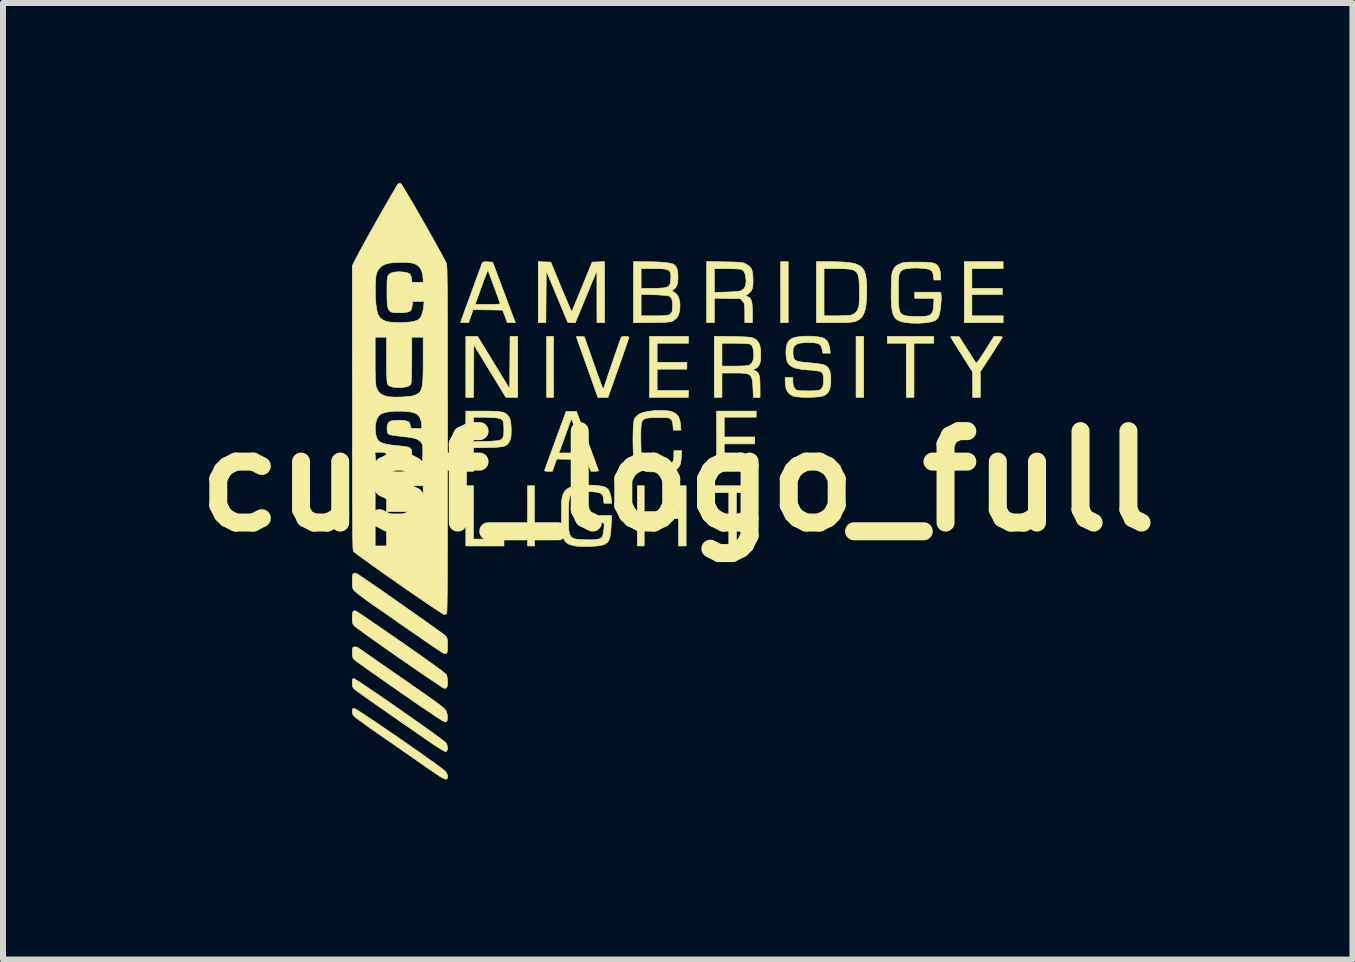
<source format=kicad_pcb>
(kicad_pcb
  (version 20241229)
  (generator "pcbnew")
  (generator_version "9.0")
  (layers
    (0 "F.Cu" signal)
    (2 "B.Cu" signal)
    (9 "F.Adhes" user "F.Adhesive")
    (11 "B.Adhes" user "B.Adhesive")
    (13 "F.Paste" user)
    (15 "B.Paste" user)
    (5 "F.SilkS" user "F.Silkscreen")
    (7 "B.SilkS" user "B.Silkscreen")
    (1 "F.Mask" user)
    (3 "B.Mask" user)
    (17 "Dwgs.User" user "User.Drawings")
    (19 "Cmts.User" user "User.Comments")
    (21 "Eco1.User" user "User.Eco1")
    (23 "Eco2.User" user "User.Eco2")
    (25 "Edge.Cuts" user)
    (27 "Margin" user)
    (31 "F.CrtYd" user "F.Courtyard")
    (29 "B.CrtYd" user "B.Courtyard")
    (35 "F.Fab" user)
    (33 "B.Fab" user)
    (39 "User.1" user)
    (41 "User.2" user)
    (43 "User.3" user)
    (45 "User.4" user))
  (footprint "cusf_logo_full"
    (layer "F.Cu")
    (at 8.244 4.969)
    (property "Reference" "cusf_logo_full" (at 0 0 0) (layer "F.SilkS") (effects (font (size 1.524 1.524) (thickness 0.3))))
    (attr through_hole)
    (fp_poly (pts (xy -2.388 1.079) (xy -2.502 1.079) (xy -2.502 0.076) (xy -2.388 0.076) (xy -2.388 1.079)) (stroke (width 0.01) (type solid)) (fill yes) (layer "F.SilkS"))
    (fp_poly (pts (xy -2.07 -1.397) (xy -2.184 -1.397) (xy -2.184 -2.413) (xy -2.07 -2.413) (xy -2.07 -1.397)) (stroke (width 0.01) (type solid)) (fill yes) (layer "F.SilkS"))
    (fp_poly (pts (xy 1.841 -2.642) (xy 1.714 -2.642) (xy 1.714 -3.658) (xy 1.841 -3.658) (xy 1.841 -2.642)) (stroke (width 0.01) (type solid)) (fill yes) (layer "F.SilkS"))
    (fp_poly (pts (xy 3.099 -1.397) (xy 2.972 -1.397) (xy 2.972 -2.413) (xy 3.099 -2.413) (xy 3.099 -1.397)) (stroke (width 0.01) (type solid)) (fill yes) (layer "F.SilkS"))
    (fp_poly (pts (xy -3.404 0.965) (xy -2.896 0.965) (xy -2.896 1.079) (xy -3.531 1.079) (xy -3.531 0.076) (xy -3.404 0.076) (xy -3.404 0.965)) (stroke (width 0.01) (type solid)) (fill yes) (layer "F.SilkS"))
    (fp_poly (pts (xy 1.295 0.191) (xy 0.978 0.191) (xy 0.978 1.079) (xy 0.851 1.079) (xy 0.851 0.191) (xy 0.533 0.191) (xy 0.533 0.076) (xy 1.295 0.076) (xy 1.295 0.191)) (stroke (width 0.01) (type solid)) (fill yes) (layer "F.SilkS"))
    (fp_poly (pts (xy 4.267 -2.299) (xy 3.937 -2.299) (xy 3.937 -1.397) (xy 3.81 -1.397) (xy 3.81 -2.299) (xy 3.493 -2.299) (xy 3.493 -2.413) (xy 4.267 -2.413) (xy 4.267 -2.299)) (stroke (width 0.01) (type solid)) (fill yes) (layer "F.SilkS"))
    (fp_poly (pts (xy -2.667 -1.397) (xy -2.864 -1.398) (xy -3.397 -2.271) (xy -3.404 -1.397) (xy -3.531 -1.397) (xy -3.531 -2.413) (xy -3.432 -2.413) (xy -3.334 -2.412) (xy -2.8 -1.537) (xy -2.797 -1.975) (xy -2.794 -2.413) (xy -2.667 -2.413) (xy -2.667 -1.397)) (stroke (width 0.01) (type solid)) (fill yes) (layer "F.SilkS"))
    (fp_poly (pts (xy -0.559 0.508) (xy 0.013 0.508) (xy 0.013 0.076) (xy 0.14 0.076) (xy 0.14 1.079) (xy 0.013 1.079) (xy 0.013 0.622) (xy -0.559 0.622) (xy -0.559 1.079) (xy -0.673 1.079) (xy -0.673 0.076) (xy -0.559 0.076) (xy -0.559 0.508)) (stroke (width 0.01) (type solid)) (fill yes) (layer "F.SilkS"))
    (fp_poly (pts (xy 0.178 -2.299) (xy -0.343 -2.299) (xy -0.343 -1.981) (xy 0.152 -1.981) (xy 0.152 -1.867) (xy -0.343 -1.867) (xy -0.343 -1.511) (xy 0.178 -1.511) (xy 0.178 -1.397) (xy -0.47 -1.397) (xy -0.47 -2.413) (xy 0.178 -2.413) (xy 0.178 -2.299)) (stroke (width 0.01) (type solid)) (fill yes) (layer "F.SilkS"))
    (fp_poly (pts (xy 1.308 -1.067) (xy 0.775 -1.067) (xy 0.775 -0.737) (xy 1.283 -0.737) (xy 1.283 -0.622) (xy 0.775 -0.622) (xy 0.775 -0.267) (xy 1.308 -0.267) (xy 1.308 -0.165) (xy 0.648 -0.165) (xy 0.648 -1.168) (xy 1.308 -1.168) (xy 1.308 -1.067)) (stroke (width 0.01) (type solid)) (fill yes) (layer "F.SilkS"))
    (fp_poly (pts (xy 5.423 -3.543) (xy 4.902 -3.543) (xy 4.902 -3.213) (xy 5.41 -3.213) (xy 5.41 -3.111) (xy 4.902 -3.111) (xy 4.902 -2.756) (xy 5.423 -2.756) (xy 5.423 -2.642) (xy 4.775 -2.642) (xy 4.775 -3.658) (xy 5.423 -3.658) (xy 5.423 -3.543)) (stroke (width 0.01) (type solid)) (fill yes) (layer "F.SilkS"))
    (fp_poly (pts (xy -1.219 -2.642) (xy -1.346 -2.642) (xy -1.347 -3.512) (xy -1.527 -3.076) (xy -1.707 -2.64) (xy -1.77 -2.644) (xy -1.833 -2.648) (xy -2.191 -3.508) (xy -2.197 -2.642) (xy -2.324 -2.642) (xy -2.324 -3.659) (xy -2.219 -3.655) (xy -2.115 -3.651) (xy -1.944 -3.236) (xy -1.904 -3.14) (xy -1.867 -3.052) (xy -1.834 -2.975) (xy -1.807 -2.912) (xy -1.785 -2.864) (xy -1.772 -2.835) (xy -1.766 -2.827) (xy -1.76 -2.839) (xy -1.746 -2.873) (xy -1.724 -2.925) (xy -1.696 -2.992) (xy -1.663 -3.071) (xy -1.626 -3.161) (xy -1.593 -3.242) (xy -1.426 -3.651) (xy -1.322 -3.655) (xy -1.219 -3.659) (xy -1.219 -2.642)) (stroke (width 0.01) (type solid)) (fill yes) (layer "F.SilkS"))
    (fp_poly (pts (xy 5.379 -2.411) (xy 5.404 -2.406) (xy 5.41 -2.402) (xy 5.404 -2.388) (xy 5.385 -2.357) (xy 5.356 -2.31) (xy 5.318 -2.25) (xy 5.274 -2.181) (xy 5.226 -2.106) (xy 5.042 -1.823) (xy 5.042 -1.397) (xy 4.915 -1.397) (xy 4.915 -1.817) (xy 4.731 -2.109) (xy 4.682 -2.186) (xy 4.639 -2.256) (xy 4.601 -2.315) (xy 4.573 -2.363) (xy 4.554 -2.394) (xy 4.547 -2.407) (xy 4.547 -2.407) (xy 4.558 -2.41) (xy 4.588 -2.411) (xy 4.619 -2.41) (xy 4.692 -2.407) (xy 4.827 -2.193) (xy 4.869 -2.127) (xy 4.907 -2.068) (xy 4.938 -2.02) (xy 4.961 -1.986) (xy 4.973 -1.969) (xy 4.973 -1.969) (xy 4.983 -1.975) (xy 5.005 -2.001) (xy 5.036 -2.044) (xy 5.074 -2.101) (xy 5.118 -2.169) (xy 5.128 -2.185) (xy 5.272 -2.413) (xy 5.341 -2.413) (xy 5.379 -2.411)) (stroke (width 0.01) (type solid)) (fill yes) (layer "F.SilkS"))
    (fp_poly (pts (xy -5.384 3.296) (xy -5.35 3.317) (xy -5.299 3.349) (xy -5.234 3.392) (xy -5.157 3.444) (xy -5.069 3.504) (xy -4.972 3.57) (xy -4.869 3.641) (xy -4.761 3.715) (xy -4.651 3.792) (xy -4.541 3.869) (xy -4.432 3.945) (xy -4.327 4.019) (xy -4.228 4.089) (xy -4.137 4.154) (xy -4.055 4.213) (xy -3.985 4.264) (xy -3.929 4.306) (xy -3.889 4.337) (xy -3.867 4.356) (xy -3.864 4.359) (xy -3.844 4.398) (xy -3.837 4.439) (xy -3.84 4.476) (xy -3.855 4.5) (xy -3.868 4.506) (xy -3.887 4.5) (xy -3.927 4.478) (xy -3.986 4.442) (xy -4.064 4.391) (xy -4.161 4.325) (xy -4.23 4.277) (xy -4.412 4.151) (xy -4.575 4.038) (xy -4.719 3.938) (xy -4.845 3.85) (xy -4.955 3.774) (xy -5.049 3.708) (xy -5.129 3.652) (xy -5.196 3.605) (xy -5.251 3.566) (xy -5.295 3.534) (xy -5.33 3.509) (xy -5.355 3.491) (xy -5.373 3.477) (xy -5.385 3.467) (xy -5.387 3.465) (xy -5.408 3.442) (xy -5.419 3.416) (xy -5.423 3.379) (xy -5.423 3.36) (xy -5.422 3.319) (xy -5.417 3.298) (xy -5.407 3.29) (xy -5.399 3.289) (xy -5.384 3.296)) (stroke (width 0.01) (type solid)) (fill yes) (layer "F.SilkS"))
    (fp_poly (pts (xy -5.377 3.792) (xy -5.343 3.812) (xy -5.292 3.844) (xy -5.227 3.887) (xy -5.149 3.939) (xy -5.061 3.998) (xy -4.964 4.063) (xy -4.861 4.133) (xy -4.754 4.207) (xy -4.644 4.282) (xy -4.535 4.358) (xy -4.427 4.433) (xy -4.323 4.505) (xy -4.226 4.574) (xy -4.136 4.638) (xy -4.057 4.695) (xy -3.99 4.743) (xy -3.937 4.783) (xy -3.9 4.811) (xy -3.883 4.826) (xy -3.852 4.864) (xy -3.838 4.896) (xy -3.835 4.921) (xy -3.838 4.945) (xy -3.845 4.961) (xy -3.861 4.966) (xy -3.886 4.96) (xy -3.922 4.943) (xy -3.972 4.913) (xy -4.038 4.87) (xy -4.121 4.813) (xy -4.159 4.787) (xy -4.227 4.739) (xy -4.312 4.68) (xy -4.409 4.612) (xy -4.516 4.538) (xy -4.627 4.461) (xy -4.74 4.382) (xy -4.85 4.306) (xy -4.874 4.29) (xy -4.971 4.222) (xy -5.064 4.157) (xy -5.15 4.097) (xy -5.225 4.043) (xy -5.288 3.997) (xy -5.337 3.962) (xy -5.368 3.938) (xy -5.378 3.93) (xy -5.407 3.899) (xy -5.42 3.87) (xy -5.423 3.837) (xy -5.421 3.803) (xy -5.413 3.788) (xy -5.396 3.785) (xy -5.393 3.785) (xy -5.377 3.792)) (stroke (width 0.01) (type solid)) (fill yes) (layer "F.SilkS"))
    (fp_poly (pts (xy -3.261 -1.168) (xy -3.154 -1.167) (xy -3.07 -1.166) (xy -3.005 -1.162) (xy -2.955 -1.156) (xy -2.916 -1.148) (xy -2.887 -1.138) (xy -2.862 -1.124) (xy -2.858 -1.121) (xy -2.824 -1.088) (xy -2.799 -1.047) (xy -2.784 -0.992) (xy -2.777 -0.92) (xy -2.775 -0.857) (xy -2.776 -0.792) (xy -2.779 -0.746) (xy -2.784 -0.712) (xy -2.794 -0.684) (xy -2.803 -0.665) (xy -2.822 -0.634) (xy -2.843 -0.61) (xy -2.871 -0.592) (xy -2.908 -0.579) (xy -2.958 -0.571) (xy -3.025 -0.565) (xy -3.112 -0.562) (xy -3.165 -0.561) (xy -3.404 -0.557) (xy -3.404 -0.165) (xy -3.531 -0.165) (xy -3.531 -0.657) (xy -3.404 -0.657) (xy -3.197 -0.663) (xy -3.106 -0.667) (xy -3.034 -0.672) (xy -2.983 -0.678) (xy -2.957 -0.685) (xy -2.928 -0.706) (xy -2.909 -0.737) (xy -2.899 -0.784) (xy -2.897 -0.849) (xy -2.897 -0.888) (xy -2.901 -0.949) (xy -2.907 -0.99) (xy -2.917 -1.015) (xy -2.924 -1.024) (xy -2.949 -1.039) (xy -2.991 -1.051) (xy -3.052 -1.059) (xy -3.134 -1.064) (xy -3.24 -1.066) (xy -3.242 -1.066) (xy -3.404 -1.067) (xy -3.404 -0.657) (xy -3.531 -0.657) (xy -3.531 -1.168) (xy -3.261 -1.168)) (stroke (width 0.01) (type solid)) (fill yes) (layer "F.SilkS"))
    (fp_poly (pts (xy -5.351 2.17) (xy -5.336 2.18) (xy -5.301 2.203) (xy -5.249 2.238) (xy -5.182 2.283) (xy -5.101 2.339) (xy -5.007 2.403) (xy -4.904 2.474) (xy -4.792 2.551) (xy -4.674 2.633) (xy -4.596 2.687) (xy -4.435 2.799) (xy -4.295 2.898) (xy -4.175 2.983) (xy -4.075 3.054) (xy -3.994 3.113) (xy -3.932 3.16) (xy -3.888 3.194) (xy -3.862 3.217) (xy -3.854 3.226) (xy -3.844 3.259) (xy -3.838 3.304) (xy -3.836 3.353) (xy -3.838 3.398) (xy -3.845 3.43) (xy -3.851 3.439) (xy -3.876 3.453) (xy -3.887 3.454) (xy -3.9 3.447) (xy -3.933 3.427) (xy -3.983 3.394) (xy -4.049 3.351) (xy -4.128 3.297) (xy -4.22 3.235) (xy -4.322 3.165) (xy -4.433 3.089) (xy -4.551 3.008) (xy -4.63 2.953) (xy -4.752 2.868) (xy -4.869 2.786) (xy -4.978 2.71) (xy -5.078 2.639) (xy -5.167 2.575) (xy -5.244 2.52) (xy -5.306 2.475) (xy -5.352 2.441) (xy -5.381 2.419) (xy -5.388 2.413) (xy -5.406 2.391) (xy -5.416 2.369) (xy -5.421 2.34) (xy -5.423 2.296) (xy -5.423 2.273) (xy -5.421 2.214) (xy -5.414 2.178) (xy -5.4 2.161) (xy -5.376 2.161) (xy -5.351 2.17)) (stroke (width 0.01) (type solid)) (fill yes) (layer "F.SilkS"))
    (fp_poly (pts (xy 2.53 -3.658) (xy 2.672 -3.656) (xy 2.791 -3.65) (xy 2.888 -3.639) (xy 2.967 -3.621) (xy 3.028 -3.594) (xy 3.074 -3.557) (xy 3.107 -3.508) (xy 3.129 -3.445) (xy 3.142 -3.367) (xy 3.148 -3.273) (xy 3.15 -3.177) (xy 3.147 -3.047) (xy 3.138 -2.94) (xy 3.123 -2.854) (xy 3.099 -2.786) (xy 3.067 -2.734) (xy 3.025 -2.695) (xy 2.972 -2.668) (xy 2.931 -2.656) (xy 2.898 -2.651) (xy 2.843 -2.647) (xy 2.77 -2.644) (xy 2.683 -2.642) (xy 2.592 -2.642) (xy 2.311 -2.642) (xy 2.311 -2.756) (xy 2.438 -2.756) (xy 2.645 -2.756) (xy 2.719 -2.757) (xy 2.787 -2.759) (xy 2.844 -2.762) (xy 2.885 -2.766) (xy 2.898 -2.769) (xy 2.951 -2.796) (xy 2.992 -2.843) (xy 3.016 -2.905) (xy 3.019 -2.918) (xy 3.023 -2.961) (xy 3.027 -3.021) (xy 3.028 -3.092) (xy 3.028 -3.168) (xy 3.026 -3.243) (xy 3.024 -3.312) (xy 3.019 -3.368) (xy 3.014 -3.406) (xy 3.013 -3.41) (xy 2.998 -3.452) (xy 2.978 -3.483) (xy 2.951 -3.507) (xy 2.912 -3.524) (xy 2.859 -3.534) (xy 2.788 -3.54) (xy 2.697 -3.543) (xy 2.645 -3.543) (xy 2.438 -3.543) (xy 2.438 -2.756) (xy 2.311 -2.756) (xy 2.311 -3.658) (xy 2.53 -3.658)) (stroke (width 0.01) (type solid)) (fill yes) (layer "F.SilkS"))
    (fp_poly (pts (xy -5.35 2.763) (xy -5.323 2.777) (xy -5.307 2.788) (xy -5.272 2.813) (xy -5.22 2.849) (xy -5.152 2.896) (xy -5.071 2.953) (xy -4.978 3.018) (xy -4.875 3.089) (xy -4.763 3.167) (xy -4.646 3.248) (xy -4.588 3.288) (xy -4.449 3.385) (xy -4.329 3.468) (xy -4.228 3.539) (xy -4.142 3.6) (xy -4.072 3.65) (xy -4.014 3.691) (xy -3.969 3.725) (xy -3.934 3.753) (xy -3.907 3.775) (xy -3.888 3.792) (xy -3.875 3.807) (xy -3.866 3.82) (xy -3.86 3.83) (xy -3.839 3.897) (xy -3.838 3.946) (xy -3.842 3.983) (xy -3.85 4.002) (xy -3.865 4.009) (xy -3.874 4.011) (xy -3.885 4.008) (xy -3.906 3.998) (xy -3.938 3.98) (xy -3.981 3.953) (xy -4.038 3.917) (xy -4.108 3.869) (xy -4.195 3.811) (xy -4.298 3.741) (xy -4.418 3.658) (xy -4.558 3.561) (xy -4.629 3.512) (xy -4.751 3.427) (xy -4.867 3.346) (xy -4.976 3.269) (xy -5.077 3.199) (xy -5.166 3.136) (xy -5.243 3.081) (xy -5.305 3.037) (xy -5.351 3.003) (xy -5.38 2.982) (xy -5.387 2.976) (xy -5.407 2.955) (xy -5.417 2.933) (xy -5.422 2.902) (xy -5.423 2.855) (xy -5.422 2.809) (xy -5.419 2.783) (xy -5.411 2.769) (xy -5.396 2.762) (xy -5.39 2.761) (xy -5.35 2.763)) (stroke (width 0.01) (type solid)) (fill yes) (layer "F.SilkS"))
    (fp_poly (pts (xy -0.833 -2.41) (xy -0.814 -2.401) (xy -0.813 -2.398) (xy -0.817 -2.383) (xy -0.829 -2.347) (xy -0.847 -2.292) (xy -0.872 -2.22) (xy -0.901 -2.136) (xy -0.934 -2.04) (xy -0.971 -1.936) (xy -0.987 -1.89) (xy -1.162 -1.397) (xy -1.331 -1.397) (xy -1.35 -1.451) (xy -1.358 -1.475) (xy -1.374 -1.52) (xy -1.397 -1.583) (xy -1.424 -1.661) (xy -1.456 -1.75) (xy -1.491 -1.848) (xy -1.528 -1.951) (xy -1.529 -1.953) (xy -1.565 -2.054) (xy -1.598 -2.148) (xy -1.628 -2.231) (xy -1.653 -2.301) (xy -1.672 -2.356) (xy -1.684 -2.392) (xy -1.689 -2.408) (xy -1.689 -2.408) (xy -1.678 -2.411) (xy -1.648 -2.411) (xy -1.622 -2.41) (xy -1.556 -2.407) (xy -1.403 -1.972) (xy -1.368 -1.872) (xy -1.336 -1.781) (xy -1.306 -1.7) (xy -1.282 -1.633) (xy -1.262 -1.581) (xy -1.249 -1.548) (xy -1.243 -1.537) (xy -1.236 -1.548) (xy -1.225 -1.575) (xy -1.22 -1.591) (xy -1.213 -1.614) (xy -1.198 -1.657) (xy -1.178 -1.716) (xy -1.154 -1.789) (xy -1.126 -1.87) (xy -1.096 -1.957) (xy -1.066 -2.045) (xy -1.037 -2.13) (xy -1.009 -2.21) (xy -0.985 -2.28) (xy -0.965 -2.336) (xy -0.951 -2.375) (xy -0.946 -2.391) (xy -0.933 -2.405) (xy -0.906 -2.412) (xy -0.875 -2.413) (xy -0.833 -2.41)) (stroke (width 0.01) (type solid)) (fill yes) (layer "F.SilkS"))
    (fp_poly (pts (xy -5.359 1.534) (xy -5.343 1.543) (xy -5.308 1.566) (xy -5.257 1.6) (xy -5.191 1.645) (xy -5.113 1.699) (xy -5.024 1.76) (xy -4.927 1.827) (xy -4.825 1.898) (xy -4.718 1.973) (xy -4.609 2.049) (xy -4.5 2.126) (xy -4.393 2.201) (xy -4.291 2.273) (xy -4.195 2.341) (xy -4.107 2.404) (xy -4.03 2.459) (xy -3.965 2.506) (xy -3.915 2.542) (xy -3.882 2.567) (xy -3.868 2.58) (xy -3.852 2.6) (xy -3.843 2.621) (xy -3.838 2.649) (xy -3.836 2.691) (xy -3.835 2.737) (xy -3.836 2.794) (xy -3.839 2.831) (xy -3.844 2.853) (xy -3.853 2.865) (xy -3.859 2.869) (xy -3.879 2.874) (xy -3.906 2.865) (xy -3.942 2.844) (xy -3.97 2.826) (xy -4.017 2.794) (xy -4.082 2.75) (xy -4.165 2.693) (xy -4.264 2.625) (xy -4.378 2.546) (xy -4.506 2.458) (xy -4.646 2.361) (xy -4.797 2.255) (xy -4.959 2.143) (xy -5.023 2.099) (xy -5.105 2.042) (xy -5.181 1.987) (xy -5.25 1.936) (xy -5.307 1.893) (xy -5.351 1.859) (xy -5.377 1.836) (xy -5.382 1.832) (xy -5.401 1.81) (xy -5.413 1.79) (xy -5.42 1.765) (xy -5.422 1.73) (xy -5.423 1.677) (xy -5.423 1.668) (xy -5.422 1.611) (xy -5.42 1.574) (xy -5.414 1.553) (xy -5.405 1.541) (xy -5.401 1.539) (xy -5.373 1.532) (xy -5.359 1.534)) (stroke (width 0.01) (type solid)) (fill yes) (layer "F.SilkS"))
    (fp_poly (pts (xy -1.504 -0.674) (xy -1.464 -0.569) (xy -1.428 -0.47) (xy -1.395 -0.382) (xy -1.367 -0.306) (xy -1.345 -0.245) (xy -1.329 -0.202) (xy -1.322 -0.179) (xy -1.321 -0.176) (xy -1.332 -0.17) (xy -1.361 -0.166) (xy -1.383 -0.165) (xy -1.446 -0.165) (xy -1.521 -0.362) (xy -1.769 -0.365) (xy -2.017 -0.369) (xy -2.053 -0.267) (xy -2.089 -0.165) (xy -2.157 -0.165) (xy -2.196 -0.166) (xy -2.215 -0.171) (xy -2.219 -0.18) (xy -2.217 -0.187) (xy -2.211 -0.204) (xy -2.197 -0.241) (xy -2.177 -0.298) (xy -2.151 -0.369) (xy -2.12 -0.454) (xy -2.114 -0.47) (xy -1.98 -0.47) (xy -1.77 -0.47) (xy -1.692 -0.47) (xy -1.637 -0.471) (xy -1.6 -0.473) (xy -1.578 -0.476) (xy -1.568 -0.481) (xy -1.567 -0.487) (xy -1.568 -0.492) (xy -1.575 -0.51) (xy -1.589 -0.548) (xy -1.609 -0.603) (xy -1.633 -0.67) (xy -1.661 -0.745) (xy -1.671 -0.774) (xy -1.699 -0.85) (xy -1.724 -0.918) (xy -1.745 -0.974) (xy -1.76 -1.014) (xy -1.769 -1.035) (xy -1.77 -1.038) (xy -1.775 -1.028) (xy -1.787 -0.997) (xy -1.805 -0.951) (xy -1.827 -0.891) (xy -1.847 -0.835) (xy -1.874 -0.76) (xy -1.9 -0.687) (xy -1.924 -0.622) (xy -1.943 -0.571) (xy -1.951 -0.549) (xy -1.98 -0.47) (xy -2.114 -0.47) (xy -2.085 -0.55) (xy -2.047 -0.653) (xy -2.035 -0.686) (xy -1.86 -1.162) (xy -1.687 -1.162) (xy -1.504 -0.674)) (stroke (width 0.01) (type solid)) (fill yes) (layer "F.SilkS"))
    (fp_poly (pts (xy 0.779 -3.655) (xy 0.873 -3.654) (xy 0.946 -3.652) (xy 1.002 -3.649) (xy 1.042 -3.646) (xy 1.073 -3.642) (xy 1.097 -3.636) (xy 1.117 -3.628) (xy 1.137 -3.619) (xy 1.183 -3.591) (xy 1.216 -3.558) (xy 1.237 -3.516) (xy 1.249 -3.458) (xy 1.255 -3.38) (xy 1.255 -3.379) (xy 1.255 -3.295) (xy 1.248 -3.231) (xy 1.233 -3.184) (xy 1.207 -3.149) (xy 1.178 -3.125) (xy 1.13 -3.094) (xy 1.167 -3.076) (xy 1.196 -3.058) (xy 1.217 -3.032) (xy 1.231 -2.995) (xy 1.24 -2.942) (xy 1.244 -2.871) (xy 1.245 -2.808) (xy 1.245 -2.642) (xy 1.118 -2.642) (xy 1.118 -2.8) (xy 1.117 -2.866) (xy 1.116 -2.912) (xy 1.113 -2.943) (xy 1.107 -2.964) (xy 1.097 -2.981) (xy 1.082 -2.999) (xy 1.081 -3) (xy 1.044 -3.042) (xy 0.827 -3.046) (xy 0.61 -3.05) (xy 0.61 -2.642) (xy 0.483 -2.642) (xy 0.483 -3.146) (xy 0.61 -3.146) (xy 0.816 -3.152) (xy 0.911 -3.156) (xy 0.983 -3.161) (xy 1.032 -3.168) (xy 1.06 -3.176) (xy 1.103 -3.208) (xy 1.129 -3.257) (xy 1.139 -3.324) (xy 1.137 -3.372) (xy 1.126 -3.444) (xy 1.105 -3.494) (xy 1.073 -3.524) (xy 1.053 -3.532) (xy 1.03 -3.535) (xy 0.987 -3.538) (xy 0.929 -3.54) (xy 0.86 -3.542) (xy 0.816 -3.542) (xy 0.61 -3.543) (xy 0.61 -3.146) (xy 0.483 -3.146) (xy 0.483 -3.661) (xy 0.779 -3.655)) (stroke (width 0.01) (type solid)) (fill yes) (layer "F.SilkS"))
    (fp_poly (pts (xy 0.911 -2.411) (xy 1.017 -2.408) (xy 1.101 -2.406) (xy 1.166 -2.402) (xy 1.215 -2.396) (xy 1.253 -2.387) (xy 1.281 -2.375) (xy 1.304 -2.36) (xy 1.324 -2.34) (xy 1.329 -2.335) (xy 1.355 -2.297) (xy 1.372 -2.249) (xy 1.381 -2.186) (xy 1.384 -2.103) (xy 1.384 -2.103) (xy 1.381 -2.022) (xy 1.369 -1.962) (xy 1.347 -1.918) (xy 1.315 -1.887) (xy 1.296 -1.877) (xy 1.253 -1.855) (xy 1.287 -1.842) (xy 1.318 -1.826) (xy 1.34 -1.802) (xy 1.356 -1.766) (xy 1.366 -1.715) (xy 1.37 -1.646) (xy 1.372 -1.572) (xy 1.372 -1.397) (xy 1.261 -1.397) (xy 1.254 -1.546) (xy 1.25 -1.627) (xy 1.242 -1.689) (xy 1.229 -1.734) (xy 1.206 -1.766) (xy 1.171 -1.786) (xy 1.12 -1.797) (xy 1.051 -1.802) (xy 0.96 -1.803) (xy 0.94 -1.803) (xy 0.737 -1.803) (xy 0.737 -1.397) (xy 0.61 -1.397) (xy 0.61 -2.299) (xy 0.737 -2.299) (xy 0.737 -1.918) (xy 0.949 -1.918) (xy 1.047 -1.919) (xy 1.119 -1.922) (xy 1.168 -1.927) (xy 1.194 -1.934) (xy 1.234 -1.967) (xy 1.258 -2.02) (xy 1.267 -2.092) (xy 1.266 -2.129) (xy 1.259 -2.195) (xy 1.247 -2.24) (xy 1.228 -2.269) (xy 1.2 -2.286) (xy 1.199 -2.287) (xy 1.176 -2.291) (xy 1.132 -2.294) (xy 1.073 -2.297) (xy 1.004 -2.298) (xy 0.952 -2.299) (xy 0.737 -2.299) (xy 0.61 -2.299) (xy 0.61 -2.415) (xy 0.911 -2.411)) (stroke (width 0.01) (type solid)) (fill yes) (layer "F.SilkS"))
    (fp_poly (pts (xy -3.179 -3.656) (xy -3.166 -3.655) (xy -3.084 -3.651) (xy -2.922 -3.219) (xy -2.883 -3.117) (xy -2.847 -3.019) (xy -2.813 -2.929) (xy -2.783 -2.85) (xy -2.759 -2.785) (xy -2.742 -2.738) (xy -2.733 -2.715) (xy -2.705 -2.642) (xy -2.839 -2.642) (xy -2.917 -2.851) (xy -3.164 -2.855) (xy -3.41 -2.858) (xy -3.448 -2.75) (xy -3.485 -2.642) (xy -3.552 -2.642) (xy -3.59 -2.642) (xy -3.614 -2.644) (xy -3.619 -2.646) (xy -3.615 -2.658) (xy -3.603 -2.691) (xy -3.585 -2.742) (xy -3.561 -2.808) (xy -3.533 -2.885) (xy -3.511 -2.946) (xy -3.378 -2.946) (xy -3.168 -2.946) (xy -3.099 -2.947) (xy -3.039 -2.948) (xy -2.993 -2.95) (xy -2.965 -2.953) (xy -2.959 -2.955) (xy -2.963 -2.97) (xy -2.975 -3.004) (xy -2.992 -3.054) (xy -3.014 -3.115) (xy -3.039 -3.183) (xy -3.065 -3.254) (xy -3.091 -3.324) (xy -3.114 -3.388) (xy -3.135 -3.443) (xy -3.151 -3.483) (xy -3.16 -3.506) (xy -3.162 -3.509) (xy -3.169 -3.501) (xy -3.182 -3.472) (xy -3.201 -3.426) (xy -3.224 -3.367) (xy -3.249 -3.297) (xy -3.251 -3.293) (xy -3.278 -3.217) (xy -3.304 -3.145) (xy -3.326 -3.082) (xy -3.344 -3.034) (xy -3.354 -3.007) (xy -3.378 -2.946) (xy -3.511 -2.946) (xy -3.502 -2.971) (xy -3.469 -3.062) (xy -3.434 -3.155) (xy -3.4 -3.248) (xy -3.368 -3.338) (xy -3.337 -3.42) (xy -3.311 -3.493) (xy -3.289 -3.552) (xy -3.272 -3.596) (xy -3.263 -3.621) (xy -3.262 -3.623) (xy -3.253 -3.642) (xy -3.24 -3.653) (xy -3.218 -3.656) (xy -3.179 -3.656)) (stroke (width 0.01) (type solid)) (fill yes) (layer "F.SilkS"))
    (fp_poly (pts (xy -0.53 -3.657) (xy -0.405 -3.656) (xy -0.296 -3.651) (xy -0.205 -3.644) (xy -0.135 -3.634) (xy -0.086 -3.622) (xy -0.069 -3.614) (xy -0.034 -3.582) (xy -0.011 -3.537) (xy 0.001 -3.476) (xy 0.005 -3.404) (xy 0.001 -3.325) (xy -0.012 -3.267) (xy -0.035 -3.224) (xy -0.07 -3.193) (xy -0.102 -3.172) (xy -0.06 -3.15) (xy -0.015 -3.113) (xy 0.017 -3.056) (xy 0.035 -2.984) (xy 0.038 -2.934) (xy 0.033 -2.845) (xy 0.015 -2.776) (xy -0.015 -2.723) (xy -0.061 -2.682) (xy -0.083 -2.669) (xy -0.099 -2.662) (xy -0.121 -2.657) (xy -0.153 -2.653) (xy -0.198 -2.649) (xy -0.259 -2.647) (xy -0.339 -2.645) (xy -0.429 -2.644) (xy -0.737 -2.64) (xy -0.737 -2.756) (xy -0.61 -2.756) (xy -0.393 -2.756) (xy -0.306 -2.756) (xy -0.242 -2.758) (xy -0.195 -2.762) (xy -0.163 -2.767) (xy -0.141 -2.774) (xy -0.14 -2.775) (xy -0.114 -2.793) (xy -0.097 -2.819) (xy -0.088 -2.858) (xy -0.085 -2.915) (xy -0.086 -2.935) (xy -0.09 -3) (xy -0.102 -3.045) (xy -0.123 -3.073) (xy -0.148 -3.087) (xy -0.172 -3.092) (xy -0.215 -3.096) (xy -0.274 -3.101) (xy -0.344 -3.105) (xy -0.395 -3.107) (xy -0.61 -3.115) (xy -0.61 -2.756) (xy -0.737 -2.756) (xy -0.737 -3.543) (xy -0.61 -3.543) (xy -0.61 -3.213) (xy -0.435 -3.213) (xy -0.366 -3.214) (xy -0.302 -3.217) (xy -0.25 -3.22) (xy -0.215 -3.224) (xy -0.211 -3.225) (xy -0.168 -3.239) (xy -0.14 -3.261) (xy -0.125 -3.296) (xy -0.117 -3.349) (xy -0.117 -3.359) (xy -0.114 -3.416) (xy -0.118 -3.461) (xy -0.13 -3.493) (xy -0.153 -3.516) (xy -0.191 -3.531) (xy -0.245 -3.539) (xy -0.32 -3.543) (xy -0.412 -3.543) (xy -0.61 -3.543) (xy -0.737 -3.543) (xy -0.737 -3.658) (xy -0.53 -3.657)) (stroke (width 0.01) (type solid)) (fill yes) (layer "F.SilkS"))
    (fp_poly (pts (xy -0.157 -1.172) (xy -0.085 -1.154) (xy -0.031 -1.124) (xy 0.008 -1.082) (xy 0.033 -1.025) (xy 0.046 -0.952) (xy 0.047 -0.941) (xy 0.054 -0.851) (xy -0.073 -0.851) (xy -0.079 -0.928) (xy -0.085 -0.98) (xy -0.098 -1.014) (xy -0.112 -1.032) (xy -0.125 -1.043) (xy -0.14 -1.051) (xy -0.162 -1.056) (xy -0.195 -1.059) (xy -0.245 -1.06) (xy -0.314 -1.06) (xy -0.321 -1.06) (xy -0.414 -1.059) (xy -0.483 -1.055) (xy -0.528 -1.048) (xy -0.542 -1.043) (xy -0.565 -1.032) (xy -0.582 -1.016) (xy -0.596 -0.993) (xy -0.605 -0.959) (xy -0.611 -0.912) (xy -0.614 -0.849) (xy -0.615 -0.765) (xy -0.615 -0.686) (xy -0.613 -0.577) (xy -0.61 -0.491) (xy -0.605 -0.425) (xy -0.597 -0.376) (xy -0.587 -0.34) (xy -0.572 -0.315) (xy -0.554 -0.298) (xy -0.554 -0.298) (xy -0.504 -0.277) (xy -0.434 -0.264) (xy -0.349 -0.259) (xy -0.253 -0.264) (xy -0.247 -0.264) (xy -0.188 -0.271) (xy -0.149 -0.277) (xy -0.123 -0.286) (xy -0.105 -0.298) (xy -0.093 -0.31) (xy -0.076 -0.335) (xy -0.067 -0.365) (xy -0.064 -0.408) (xy -0.064 -0.426) (xy -0.064 -0.508) (xy 0.067 -0.508) (xy 0.06 -0.402) (xy 0.052 -0.322) (xy 0.035 -0.262) (xy 0.008 -0.22) (xy -0.032 -0.192) (xy -0.089 -0.172) (xy -0.12 -0.166) (xy -0.163 -0.161) (xy -0.223 -0.157) (xy -0.294 -0.155) (xy -0.367 -0.154) (xy -0.435 -0.155) (xy -0.491 -0.158) (xy -0.521 -0.161) (xy -0.599 -0.184) (xy -0.659 -0.224) (xy -0.702 -0.283) (xy -0.721 -0.33) (xy -0.729 -0.37) (xy -0.736 -0.428) (xy -0.741 -0.501) (xy -0.744 -0.583) (xy -0.745 -0.669) (xy -0.745 -0.757) (xy -0.743 -0.84) (xy -0.739 -0.914) (xy -0.734 -0.976) (xy -0.727 -1.019) (xy -0.721 -1.037) (xy -0.688 -1.083) (xy -0.642 -1.118) (xy -0.581 -1.144) (xy -0.502 -1.163) (xy -0.403 -1.174) (xy -0.362 -1.177) (xy -0.248 -1.179) (xy -0.157 -1.172)) (stroke (width 0.01) (type solid)) (fill yes) (layer "F.SilkS"))
    (fp_poly (pts (xy -1.355 0.071) (xy -1.274 0.081) (xy -1.212 0.098) (xy -1.197 0.104) (xy -1.16 0.135) (xy -1.132 0.189) (xy -1.113 0.261) (xy -1.109 0.29) (xy -1.101 0.368) (xy -1.229 0.368) (xy -1.235 0.304) (xy -1.242 0.258) (xy -1.256 0.225) (xy -1.281 0.203) (xy -1.322 0.189) (xy -1.381 0.18) (xy -1.418 0.176) (xy -1.526 0.171) (xy -1.621 0.174) (xy -1.698 0.186) (xy -1.737 0.198) (xy -1.762 0.211) (xy -1.781 0.228) (xy -1.796 0.254) (xy -1.806 0.29) (xy -1.813 0.341) (xy -1.817 0.409) (xy -1.819 0.497) (xy -1.82 0.565) (xy -1.82 0.676) (xy -1.818 0.765) (xy -1.812 0.834) (xy -1.8 0.886) (xy -1.781 0.922) (xy -1.752 0.947) (xy -1.711 0.962) (xy -1.658 0.97) (xy -1.59 0.974) (xy -1.538 0.976) (xy -1.443 0.977) (xy -1.371 0.973) (xy -1.318 0.965) (xy -1.282 0.951) (xy -1.26 0.931) (xy -1.256 0.925) (xy -1.246 0.895) (xy -1.237 0.849) (xy -1.23 0.798) (xy -1.226 0.751) (xy -1.227 0.716) (xy -1.228 0.711) (xy -1.233 0.701) (xy -1.243 0.693) (xy -1.262 0.689) (xy -1.295 0.687) (xy -1.347 0.686) (xy -1.392 0.686) (xy -1.549 0.686) (xy -1.549 0.572) (xy -1.101 0.572) (xy -1.109 0.733) (xy -1.115 0.835) (xy -1.125 0.914) (xy -1.143 0.975) (xy -1.17 1.018) (xy -1.21 1.048) (xy -1.265 1.068) (xy -1.339 1.079) (xy -1.435 1.085) (xy -1.473 1.086) (xy -1.542 1.087) (xy -1.608 1.086) (xy -1.662 1.084) (xy -1.699 1.081) (xy -1.702 1.08) (xy -1.764 1.066) (xy -1.814 1.049) (xy -1.853 1.025) (xy -1.883 0.993) (xy -1.905 0.949) (xy -1.921 0.891) (xy -1.93 0.816) (xy -1.935 0.721) (xy -1.937 0.605) (xy -1.937 0.572) (xy -1.937 0.476) (xy -1.936 0.402) (xy -1.934 0.345) (xy -1.931 0.303) (xy -1.926 0.271) (xy -1.92 0.245) (xy -1.913 0.225) (xy -1.888 0.175) (xy -1.853 0.136) (xy -1.806 0.107) (xy -1.743 0.087) (xy -1.662 0.074) (xy -1.562 0.067) (xy -1.453 0.066) (xy -1.355 0.071)) (stroke (width 0.01) (type solid)) (fill yes) (layer "F.SilkS"))
    (fp_poly (pts (xy 3.994 -3.651) (xy 4.093 -3.65) (xy 4.169 -3.647) (xy 4.227 -3.642) (xy 4.271 -3.632) (xy 4.302 -3.618) (xy 4.325 -3.598) (xy 4.344 -3.572) (xy 4.353 -3.556) (xy 4.376 -3.491) (xy 4.381 -3.426) (xy 4.381 -3.353) (xy 4.27 -3.353) (xy 4.262 -3.415) (xy 4.252 -3.466) (xy 4.235 -3.501) (xy 4.205 -3.523) (xy 4.159 -3.537) (xy 4.108 -3.545) (xy 4.036 -3.551) (xy 3.959 -3.553) (xy 3.883 -3.55) (xy 3.816 -3.542) (xy 3.766 -3.531) (xy 3.763 -3.53) (xy 3.722 -3.503) (xy 3.7 -3.469) (xy 3.692 -3.451) (xy 3.686 -3.429) (xy 3.682 -3.4) (xy 3.679 -3.359) (xy 3.678 -3.304) (xy 3.677 -3.231) (xy 3.677 -3.15) (xy 3.677 -3.039) (xy 3.679 -2.951) (xy 3.686 -2.884) (xy 3.698 -2.833) (xy 3.717 -2.798) (xy 3.746 -2.774) (xy 3.787 -2.759) (xy 3.84 -2.751) (xy 3.909 -2.747) (xy 3.956 -2.746) (xy 4.051 -2.744) (xy 4.124 -2.748) (xy 4.178 -2.758) (xy 4.215 -2.777) (xy 4.24 -2.807) (xy 4.255 -2.849) (xy 4.262 -2.906) (xy 4.265 -2.94) (xy 4.27 -3.048) (xy 3.95 -3.048) (xy 3.95 -3.15) (xy 4.38 -3.15) (xy 4.389 -3.106) (xy 4.392 -3.065) (xy 4.39 -3.008) (xy 4.385 -2.942) (xy 4.377 -2.873) (xy 4.367 -2.811) (xy 4.355 -2.763) (xy 4.35 -2.748) (xy 4.328 -2.71) (xy 4.295 -2.682) (xy 4.247 -2.661) (xy 4.179 -2.647) (xy 4.135 -2.641) (xy 4.012 -2.632) (xy 3.897 -2.634) (xy 3.812 -2.643) (xy 3.747 -2.654) (xy 3.693 -2.67) (xy 3.65 -2.695) (xy 3.616 -2.729) (xy 3.591 -2.775) (xy 3.574 -2.837) (xy 3.564 -2.915) (xy 3.558 -3.013) (xy 3.557 -3.132) (xy 3.558 -3.2) (xy 3.56 -3.288) (xy 3.562 -3.356) (xy 3.564 -3.406) (xy 3.568 -3.443) (xy 3.573 -3.471) (xy 3.58 -3.494) (xy 3.589 -3.516) (xy 3.593 -3.523) (xy 3.615 -3.561) (xy 3.641 -3.588) (xy 3.68 -3.611) (xy 3.694 -3.618) (xy 3.721 -3.63) (xy 3.745 -3.638) (xy 3.771 -3.644) (xy 3.804 -3.648) (xy 3.849 -3.65) (xy 3.909 -3.651) (xy 3.99 -3.651) (xy 3.994 -3.651)) (stroke (width 0.01) (type solid)) (fill yes) (layer "F.SilkS"))
    (fp_poly (pts (xy 2.282 -2.413) (xy 2.354 -2.404) (xy 2.412 -2.391) (xy 2.441 -2.379) (xy 2.486 -2.341) (xy 2.516 -2.287) (xy 2.533 -2.214) (xy 2.534 -2.207) (xy 2.543 -2.134) (xy 2.416 -2.134) (xy 2.407 -2.192) (xy 2.397 -2.232) (xy 2.381 -2.266) (xy 2.375 -2.273) (xy 2.339 -2.294) (xy 2.281 -2.306) (xy 2.2 -2.311) (xy 2.12 -2.309) (xy 2.04 -2.301) (xy 1.982 -2.283) (xy 1.944 -2.253) (xy 1.924 -2.209) (xy 1.92 -2.149) (xy 1.923 -2.102) (xy 1.929 -2.066) (xy 1.939 -2.039) (xy 1.956 -2.018) (xy 1.984 -2.004) (xy 2.026 -1.993) (xy 2.086 -1.984) (xy 2.167 -1.976) (xy 2.183 -1.975) (xy 2.254 -1.967) (xy 2.321 -1.96) (xy 2.377 -1.952) (xy 2.415 -1.946) (xy 2.424 -1.944) (xy 2.475 -1.921) (xy 2.513 -1.884) (xy 2.537 -1.831) (xy 2.55 -1.759) (xy 2.551 -1.666) (xy 2.55 -1.639) (xy 2.541 -1.561) (xy 2.521 -1.503) (xy 2.49 -1.46) (xy 2.445 -1.429) (xy 2.444 -1.429) (xy 2.406 -1.417) (xy 2.349 -1.407) (xy 2.278 -1.401) (xy 2.199 -1.398) (xy 2.12 -1.398) (xy 2.044 -1.401) (xy 1.979 -1.407) (xy 1.931 -1.417) (xy 1.925 -1.419) (xy 1.869 -1.449) (xy 1.829 -1.492) (xy 1.804 -1.552) (xy 1.792 -1.631) (xy 1.791 -1.667) (xy 1.791 -1.727) (xy 1.918 -1.727) (xy 1.918 -1.67) (xy 1.924 -1.605) (xy 1.944 -1.554) (xy 1.973 -1.522) (xy 1.99 -1.515) (xy 2.02 -1.51) (xy 2.069 -1.507) (xy 2.129 -1.506) (xy 2.194 -1.505) (xy 2.256 -1.506) (xy 2.309 -1.509) (xy 2.346 -1.513) (xy 2.353 -1.515) (xy 2.392 -1.537) (xy 2.417 -1.577) (xy 2.43 -1.639) (xy 2.431 -1.668) (xy 2.429 -1.733) (xy 2.421 -1.779) (xy 2.405 -1.809) (xy 2.38 -1.827) (xy 2.379 -1.828) (xy 2.354 -1.834) (xy 2.309 -1.841) (xy 2.25 -1.848) (xy 2.184 -1.853) (xy 2.171 -1.854) (xy 2.062 -1.864) (xy 1.975 -1.88) (xy 1.909 -1.904) (xy 1.861 -1.938) (xy 1.829 -1.983) (xy 1.811 -2.041) (xy 1.804 -2.114) (xy 1.803 -2.138) (xy 1.808 -2.223) (xy 1.823 -2.289) (xy 1.85 -2.337) (xy 1.89 -2.371) (xy 1.916 -2.384) (xy 1.969 -2.4) (xy 2.039 -2.41) (xy 2.118 -2.416) (xy 2.201 -2.417) (xy 2.282 -2.413)) (stroke (width 0.01) (type solid)) (fill yes) (layer "F.SilkS"))
    (fp_poly (pts (xy -4.614 -4.959) (xy -4.603 -4.945) (xy -4.581 -4.911) (xy -4.55 -4.86) (xy -4.51 -4.794) (xy -4.463 -4.715) (xy -4.411 -4.626) (xy -4.355 -4.529) (xy -4.296 -4.426) (xy -4.236 -4.321) (xy -4.175 -4.215) (xy -4.116 -4.11) (xy -4.06 -4.01) (xy -4.008 -3.916) (xy -3.961 -3.831) (xy -3.921 -3.758) (xy -3.889 -3.698) (xy -3.867 -3.654) (xy -3.855 -3.629) (xy -3.855 -3.627) (xy -3.852 -3.618) (xy -3.85 -3.604) (xy -3.849 -3.585) (xy -3.847 -3.559) (xy -3.845 -3.526) (xy -3.844 -3.485) (xy -3.843 -3.435) (xy -3.842 -3.374) (xy -3.841 -3.302) (xy -3.84 -3.218) (xy -3.839 -3.121) (xy -3.838 -3.009) (xy -3.838 -2.883) (xy -3.837 -2.74) (xy -3.837 -2.581) (xy -3.836 -2.403) (xy -3.836 -2.207) (xy -3.836 -1.99) (xy -3.836 -1.753) (xy -3.836 -1.494) (xy -3.835 -1.212) (xy -3.835 -0.906) (xy -3.835 -0.686) (xy -3.835 -0.352) (xy -3.836 -0.042) (xy -3.836 0.244) (xy -3.836 0.507) (xy -3.836 0.748) (xy -3.837 0.967) (xy -3.837 1.165) (xy -3.838 1.343) (xy -3.838 1.502) (xy -3.839 1.643) (xy -3.84 1.766) (xy -3.841 1.872) (xy -3.842 1.962) (xy -3.843 2.037) (xy -3.844 2.097) (xy -3.845 2.143) (xy -3.847 2.176) (xy -3.849 2.197) (xy -3.85 2.207) (xy -3.851 2.207) (xy -3.875 2.22) (xy -3.892 2.222) (xy -3.906 2.215) (xy -3.94 2.194) (xy -3.991 2.161) (xy -4.057 2.117) (xy -4.138 2.063) (xy -4.23 2.001) (xy -4.333 1.93) (xy -4.445 1.854) (xy -4.563 1.772) (xy -4.653 1.709) (xy -4.776 1.623) (xy -4.892 1.542) (xy -5.001 1.465) (xy -5.101 1.394) (xy -5.189 1.33) (xy -5.265 1.275) (xy -5.326 1.23) (xy -5.371 1.196) (xy -5.398 1.174) (xy -5.405 1.167) (xy -5.407 1.159) (xy -5.409 1.143) (xy -5.411 1.118) (xy -5.413 1.083) (xy -5.414 1.037) (xy -5.415 0.979) (xy -5.417 0.907) (xy -5.418 0.822) (xy -5.419 0.722) (xy -5.419 0.605) (xy -5.42 0.472) (xy -5.421 0.321) (xy -5.421 0.151) (xy -5.421 0.076) (xy -5.042 0.076) (xy -5.042 1.079) (xy -4.851 1.079) (xy -4.851 0.674) (xy -4.588 0.67) (xy -4.324 0.667) (xy -4.317 0.508) (xy -4.851 0.508) (xy -4.851 0.241) (xy -4.242 0.241) (xy -4.242 0.076) (xy -5.042 0.076) (xy -5.421 0.076) (xy -5.422 -0.039) (xy -5.422 -0.249) (xy -5.422 -0.482) (xy -5.422 -0.483) (xy -5.045 -0.483) (xy -5.039 -0.395) (xy -5.027 -0.316) (xy -5.002 -0.257) (xy -4.962 -0.215) (xy -4.903 -0.186) (xy -4.823 -0.168) (xy -4.811 -0.166) (xy -4.712 -0.156) (xy -4.62 -0.155) (xy -4.521 -0.162) (xy -4.5 -0.165) (xy -4.416 -0.178) (xy -4.352 -0.199) (xy -4.306 -0.23) (xy -4.275 -0.276) (xy -4.257 -0.337) (xy -4.249 -0.419) (xy -4.248 -0.472) (xy -4.249 -0.535) (xy -4.251 -0.578) (xy -4.257 -0.608) (xy -4.265 -0.63) (xy -4.274 -0.644) (xy -4.306 -0.676) (xy -4.348 -0.701) (xy -4.405 -0.719) (xy -4.481 -0.733) (xy -4.522 -0.737) (xy -4.618 -0.748) (xy -4.691 -0.757) (xy -4.746 -0.765) (xy -4.784 -0.772) (xy -4.809 -0.781) (xy -4.824 -0.791) (xy -4.832 -0.802) (xy -4.835 -0.811) (xy -4.844 -0.869) (xy -4.841 -0.923) (xy -4.826 -0.967) (xy -4.816 -0.981) (xy -4.798 -0.995) (xy -4.774 -1.004) (xy -4.736 -1.01) (xy -4.68 -1.013) (xy -4.676 -1.014) (xy -4.593 -1.014) (xy -4.53 -1.006) (xy -4.487 -0.991) (xy -4.466 -0.969) (xy -4.466 -0.968) (xy -4.459 -0.939) (xy -4.452 -0.911) (xy -4.447 -0.893) (xy -4.437 -0.883) (xy -4.417 -0.878) (xy -4.38 -0.876) (xy -4.356 -0.876) (xy -4.267 -0.876) (xy -4.267 -0.937) (xy -4.273 -0.988) (xy -4.288 -1.04) (xy -4.293 -1.051) (xy -4.316 -1.09) (xy -4.349 -1.119) (xy -4.395 -1.14) (xy -4.457 -1.155) (xy -4.539 -1.163) (xy -4.589 -1.166) (xy -4.707 -1.167) (xy -4.808 -1.158) (xy -4.889 -1.142) (xy -4.949 -1.118) (xy -4.956 -1.113) (xy -4.993 -1.074) (xy -5.02 -1.016) (xy -5.037 -0.945) (xy -5.041 -0.865) (xy -5.032 -0.782) (xy -5.028 -0.762) (xy -5.014 -0.718) (xy -4.993 -0.682) (xy -4.962 -0.654) (xy -4.917 -0.633) (xy -4.856 -0.616) (xy -4.776 -0.603) (xy -4.675 -0.592) (xy -4.591 -0.583) (xy -4.529 -0.575) (xy -4.486 -0.565) (xy -4.458 -0.551) (xy -4.442 -0.531) (xy -4.434 -0.504) (xy -4.432 -0.467) (xy -4.432 -0.451) (xy -4.435 -0.402) (xy -4.443 -0.364) (xy -4.449 -0.35) (xy -4.475 -0.332) (xy -4.521 -0.32) (xy -4.583 -0.312) (xy -4.654 -0.31) (xy -4.71 -0.313) (xy -4.777 -0.323) (xy -4.821 -0.34) (xy -4.845 -0.365) (xy -4.852 -0.397) (xy -4.854 -0.439) (xy -4.863 -0.465) (xy -4.886 -0.478) (xy -4.925 -0.482) (xy -4.956 -0.483) (xy -5.045 -0.483) (xy -5.422 -0.483) (xy -5.422 -0.737) (xy -5.422 -1.016) (xy -5.422 -1.226) (xy -5.423 -2.4) (xy -5.042 -2.4) (xy -5.042 -2.015) (xy -5.042 -1.898) (xy -5.041 -1.803) (xy -5.039 -1.727) (xy -5.037 -1.669) (xy -5.033 -1.625) (xy -5.029 -1.592) (xy -5.023 -1.567) (xy -5.023 -1.567) (xy -4.995 -1.504) (xy -4.952 -1.457) (xy -4.891 -1.425) (xy -4.828 -1.409) (xy -4.778 -1.404) (xy -4.713 -1.401) (xy -4.64 -1.402) (xy -4.565 -1.405) (xy -4.494 -1.411) (xy -4.436 -1.418) (xy -4.395 -1.428) (xy -4.395 -1.428) (xy -4.357 -1.443) (xy -4.326 -1.46) (xy -4.301 -1.481) (xy -4.282 -1.509) (xy -4.267 -1.546) (xy -4.256 -1.595) (xy -4.249 -1.659) (xy -4.245 -1.739) (xy -4.243 -1.839) (xy -4.242 -1.961) (xy -4.242 -2.015) (xy -4.242 -2.4) (xy -4.432 -2.4) (xy -4.432 -2.026) (xy -4.433 -1.899) (xy -4.434 -1.797) (xy -4.437 -1.718) (xy -4.44 -1.663) (xy -4.444 -1.629) (xy -4.447 -1.62) (xy -4.468 -1.594) (xy -4.506 -1.576) (xy -4.563 -1.566) (xy -4.643 -1.562) (xy -4.649 -1.562) (xy -4.726 -1.565) (xy -4.78 -1.576) (xy -4.817 -1.594) (xy -4.837 -1.62) (xy -4.842 -1.644) (xy -4.846 -1.692) (xy -4.849 -1.763) (xy -4.851 -1.859) (xy -4.851 -1.979) (xy -4.851 -2.026) (xy -4.851 -2.4) (xy -5.042 -2.4) (xy -5.423 -2.4) (xy -5.423 -3.141) (xy -5.04 -3.141) (xy -5.036 -3.033) (xy -5.028 -2.936) (xy -5.015 -2.853) (xy -4.998 -2.79) (xy -4.992 -2.774) (xy -4.962 -2.725) (xy -4.92 -2.69) (xy -4.86 -2.665) (xy -4.841 -2.659) (xy -4.793 -2.651) (xy -4.727 -2.645) (xy -4.652 -2.643) (xy -4.574 -2.644) (xy -4.501 -2.648) (xy -4.442 -2.655) (xy -4.438 -2.655) (xy -4.391 -2.666) (xy -4.349 -2.679) (xy -4.329 -2.687) (xy -4.294 -2.718) (xy -4.266 -2.77) (xy -4.245 -2.839) (xy -4.235 -2.905) (xy -4.226 -2.997) (xy -4.417 -2.997) (xy -4.425 -2.929) (xy -4.433 -2.882) (xy -4.447 -2.85) (xy -4.471 -2.829) (xy -4.509 -2.817) (xy -4.565 -2.811) (xy -4.612 -2.809) (xy -4.68 -2.807) (xy -4.733 -2.81) (xy -4.773 -2.82) (xy -4.803 -2.839) (xy -4.823 -2.87) (xy -4.835 -2.916) (xy -4.842 -2.98) (xy -4.845 -3.063) (xy -4.845 -3.163) (xy -4.845 -3.248) (xy -4.844 -3.312) (xy -4.841 -3.358) (xy -4.838 -3.39) (xy -4.833 -3.412) (xy -4.825 -3.429) (xy -4.823 -3.432) (xy -4.788 -3.464) (xy -4.733 -3.483) (xy -4.657 -3.49) (xy -4.591 -3.487) (xy -4.527 -3.479) (xy -4.484 -3.466) (xy -4.457 -3.444) (xy -4.442 -3.41) (xy -4.436 -3.373) (xy -4.429 -3.315) (xy -4.242 -3.315) (xy -4.242 -3.359) (xy -4.249 -3.437) (xy -4.268 -3.508) (xy -4.299 -3.563) (xy -4.311 -3.577) (xy -4.347 -3.606) (xy -4.392 -3.627) (xy -4.45 -3.64) (xy -4.524 -3.647) (xy -4.61 -3.648) (xy -4.72 -3.644) (xy -4.809 -3.633) (xy -4.878 -3.614) (xy -4.932 -3.586) (xy -4.973 -3.547) (xy -5.004 -3.497) (xy -5.016 -3.468) (xy -5.025 -3.438) (xy -5.031 -3.4) (xy -5.035 -3.351) (xy -5.038 -3.282) (xy -5.039 -3.256) (xy -5.04 -3.141) (xy -5.423 -3.141) (xy -5.423 -3.59) (xy -5.367 -3.703) (xy -5.345 -3.746) (xy -5.313 -3.806) (xy -5.273 -3.879) (xy -5.227 -3.963) (xy -5.176 -4.056) (xy -5.121 -4.154) (xy -5.063 -4.257) (xy -5.005 -4.361) (xy -4.946 -4.464) (xy -4.89 -4.564) (xy -4.836 -4.657) (xy -4.787 -4.743) (xy -4.743 -4.817) (xy -4.707 -4.878) (xy -4.68 -4.924) (xy -4.662 -4.952) (xy -4.656 -4.959) (xy -4.628 -4.964) (xy -4.614 -4.959)) (stroke (width 0.01) (type solid)) (fill yes) (layer "F.SilkS")))
  (gr_rect
    (start -3 -3)
    (end 19.488 12.94)
    (stroke (width 0.1) (type default))
    (fill no)
    (layer "Edge.Cuts")))
</source>
